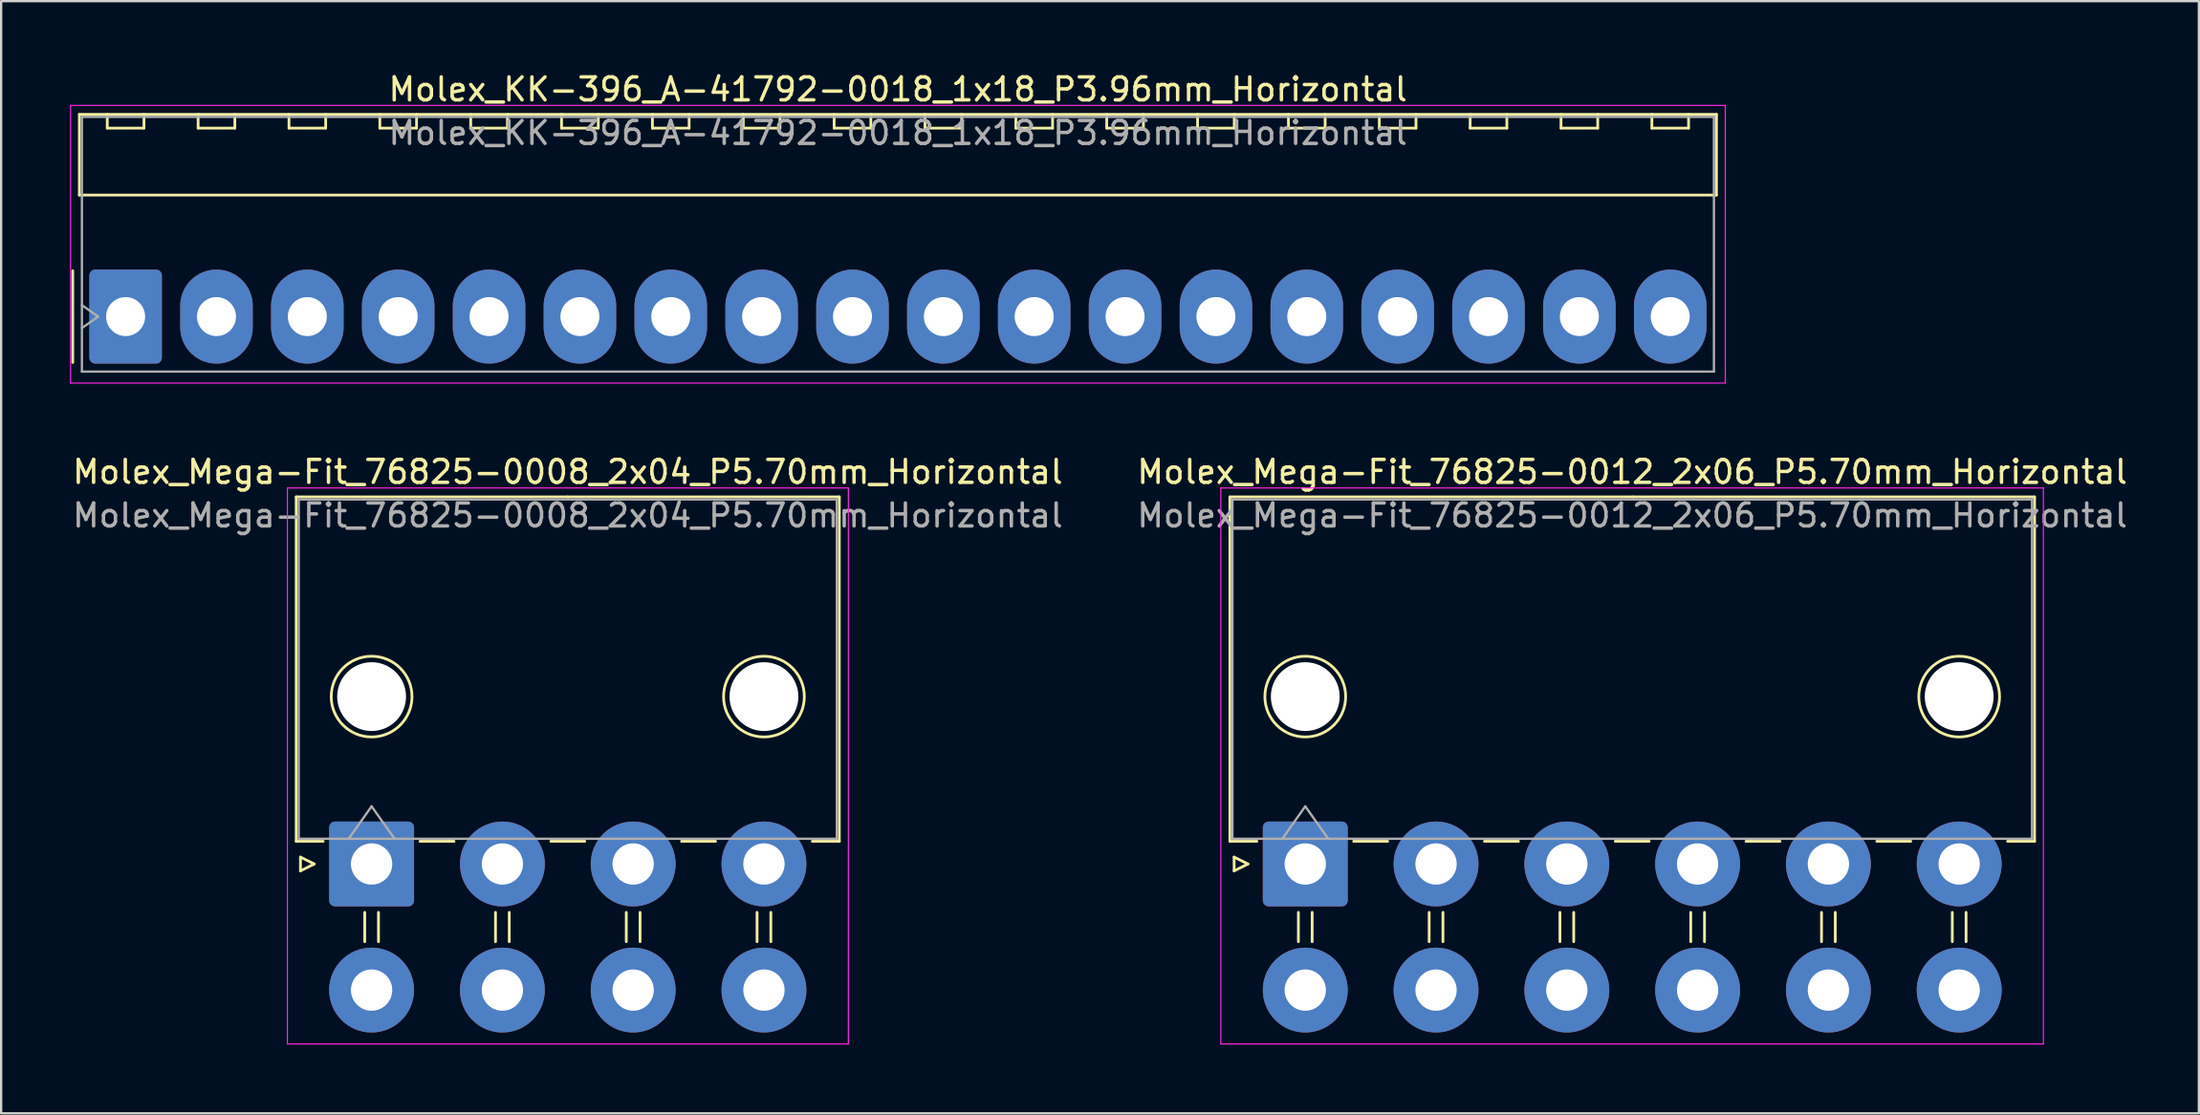
<source format=kicad_pcb>
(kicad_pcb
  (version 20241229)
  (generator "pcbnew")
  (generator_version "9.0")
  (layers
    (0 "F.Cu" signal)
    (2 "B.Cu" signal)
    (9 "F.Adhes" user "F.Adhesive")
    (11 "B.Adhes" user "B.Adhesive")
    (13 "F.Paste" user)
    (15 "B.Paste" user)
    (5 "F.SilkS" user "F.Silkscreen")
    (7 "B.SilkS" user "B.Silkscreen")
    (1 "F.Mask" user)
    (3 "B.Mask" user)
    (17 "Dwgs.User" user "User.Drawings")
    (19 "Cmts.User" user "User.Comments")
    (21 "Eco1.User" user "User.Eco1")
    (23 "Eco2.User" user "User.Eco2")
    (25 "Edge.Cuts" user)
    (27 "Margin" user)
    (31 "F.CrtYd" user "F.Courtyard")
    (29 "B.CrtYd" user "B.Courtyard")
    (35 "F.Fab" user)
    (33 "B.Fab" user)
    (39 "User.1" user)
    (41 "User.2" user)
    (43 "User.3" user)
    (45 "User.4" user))
  (footprint "Molex_Mega-Fit_76825-0012_2x06_P5.70mm_Horizontal"
    (layer "F.Cu")
    (at 53.839 34.632)
    (property "Reference" "Molex_Mega-Fit_76825-0012_2x06_P5.70mm_Horizontal" (at 14.25 -17.1 0) (layer "F.SilkS") (effects (font (size 1 1) (thickness 0.15))))
    (attr through_hole)
    (fp_line (start -3.285 -16.01) (end -3.285 -0.99) (stroke (width 0.12) (type solid)) (layer "F.SilkS"))
    (fp_line (start -3.285 -0.99) (end -2.11 -0.99) (stroke (width 0.12) (type solid)) (layer "F.SilkS"))
    (fp_line (start -3.1 -0.3) (end -2.5 0) (stroke (width 0.12) (type solid)) (layer "F.SilkS"))
    (fp_line (start -3.1 0.3) (end -3.1 -0.3) (stroke (width 0.12) (type solid)) (layer "F.SilkS"))
    (fp_line (start -2.5 0) (end -3.1 0.3) (stroke (width 0.12) (type solid)) (layer "F.SilkS"))
    (fp_line (start -0.3 2.11) (end -0.3 3.39) (stroke (width 0.12) (type solid)) (layer "F.SilkS"))
    (fp_line (start 0.3 2.11) (end 0.3 3.39) (stroke (width 0.12) (type solid)) (layer "F.SilkS"))
    (fp_line (start 2.11 -0.99) (end 3.59 -0.99) (stroke (width 0.12) (type solid)) (layer "F.SilkS"))
    (fp_line (start 5.4 2.11) (end 5.4 3.39) (stroke (width 0.12) (type solid)) (layer "F.SilkS"))
    (fp_line (start 6 2.11) (end 6 3.39) (stroke (width 0.12) (type solid)) (layer "F.SilkS"))
    (fp_line (start 7.81 -0.99) (end 9.29 -0.99) (stroke (width 0.12) (type solid)) (layer "F.SilkS"))
    (fp_line (start 11.1 2.11) (end 11.1 3.39) (stroke (width 0.12) (type solid)) (layer "F.SilkS"))
    (fp_line (start 11.7 2.11) (end 11.7 3.39) (stroke (width 0.12) (type solid)) (layer "F.SilkS"))
    (fp_line (start 13.51 -0.99) (end 14.99 -0.99) (stroke (width 0.12) (type solid)) (layer "F.SilkS"))
    (fp_line (start 14.25 -16.01) (end -3.285 -16.01) (stroke (width 0.12) (type solid)) (layer "F.SilkS"))
    (fp_line (start 14.25 -16.01) (end 31.785 -16.01) (stroke (width 0.12) (type solid)) (layer "F.SilkS"))
    (fp_line (start 16.8 2.11) (end 16.8 3.39) (stroke (width 0.12) (type solid)) (layer "F.SilkS"))
    (fp_line (start 17.4 2.11) (end 17.4 3.39) (stroke (width 0.12) (type solid)) (layer "F.SilkS"))
    (fp_line (start 19.21 -0.99) (end 20.69 -0.99) (stroke (width 0.12) (type solid)) (layer "F.SilkS"))
    (fp_line (start 22.5 2.11) (end 22.5 3.39) (stroke (width 0.12) (type solid)) (layer "F.SilkS"))
    (fp_line (start 23.1 2.11) (end 23.1 3.39) (stroke (width 0.12) (type solid)) (layer "F.SilkS"))
    (fp_line (start 24.91 -0.99) (end 26.39 -0.99) (stroke (width 0.12) (type solid)) (layer "F.SilkS"))
    (fp_line (start 28.2 2.11) (end 28.2 3.39) (stroke (width 0.12) (type solid)) (layer "F.SilkS"))
    (fp_line (start 28.8 2.11) (end 28.8 3.39) (stroke (width 0.12) (type solid)) (layer "F.SilkS"))
    (fp_line (start 31.785 -16.01) (end 31.785 -0.99) (stroke (width 0.12) (type solid)) (layer "F.SilkS"))
    (fp_line (start 31.785 -0.99) (end 30.61 -0.99) (stroke (width 0.12) (type solid)) (layer "F.SilkS"))
    (fp_circle (center 0 -7.3) (end 1.76 -7.3) (stroke (width 0.12) (type solid)) (fill no) (layer "F.SilkS"))
    (fp_circle (center 28.5 -7.3) (end 30.26 -7.3) (stroke (width 0.12) (type solid)) (fill no) (layer "F.SilkS"))
    (fp_line (start -3.68 -16.4) (end -3.68 7.85) (stroke (width 0.05) (type solid)) (layer "F.CrtYd"))
    (fp_line (start -3.68 7.85) (end 32.17 7.85) (stroke (width 0.05) (type solid)) (layer "F.CrtYd"))
    (fp_line (start 32.17 -16.4) (end -3.68 -16.4) (stroke (width 0.05) (type solid)) (layer "F.CrtYd"))
    (fp_line (start 32.17 7.85) (end 32.17 -16.4) (stroke (width 0.05) (type solid)) (layer "F.CrtYd"))
    (fp_line (start -3.175 -15.9) (end -3.175 -1.1) (stroke (width 0.1) (type solid)) (layer "F.Fab"))
    (fp_line (start -3.175 -1.1) (end 31.675 -1.1) (stroke (width 0.1) (type solid)) (layer "F.Fab"))
    (fp_line (start -1 -1.1) (end 0 -2.514) (stroke (width 0.1) (type solid)) (layer "F.Fab"))
    (fp_line (start 0 -2.514) (end 1 -1.1) (stroke (width 0.1) (type solid)) (layer "F.Fab"))
    (fp_line (start 31.675 -15.9) (end -3.175 -15.9) (stroke (width 0.1) (type solid)) (layer "F.Fab"))
    (fp_line (start 31.675 -1.1) (end 31.675 -15.9) (stroke (width 0.1) (type solid)) (layer "F.Fab"))
    (fp_text user "${REFERENCE}" (at 14.25 -15.2 0) (layer "F.Fab") (effects (font (size 1 1) (thickness 0.15))))
    (pad "" np_thru_hole circle (at 0 -7.3) (size 3 3) (drill 3) (layers "*.Cu" "*.Mask"))
    (pad "" np_thru_hole circle (at 28.5 -7.3) (size 3 3) (drill 3) (layers "*.Cu" "*.Mask"))
    (pad "1" thru_hole roundrect (at 0 0) (size 3.7 3.7) (drill 1.8) (layers "*.Cu" "*.Mask") (roundrect_rratio 0.068))
    (pad "2" thru_hole circle (at 5.7 0) (size 3.7 3.7) (drill 1.8) (layers "*.Cu" "*.Mask"))
    (pad "3" thru_hole circle (at 11.4 0) (size 3.7 3.7) (drill 1.8) (layers "*.Cu" "*.Mask"))
    (pad "4" thru_hole circle (at 17.1 0) (size 3.7 3.7) (drill 1.8) (layers "*.Cu" "*.Mask"))
    (pad "5" thru_hole circle (at 22.8 0) (size 3.7 3.7) (drill 1.8) (layers "*.Cu" "*.Mask"))
    (pad "6" thru_hole circle (at 28.5 0) (size 3.7 3.7) (drill 1.8) (layers "*.Cu" "*.Mask"))
    (pad "7" thru_hole circle (at 0 5.5) (size 3.7 3.7) (drill 1.8) (layers "*.Cu" "*.Mask"))
    (pad "8" thru_hole circle (at 5.7 5.5) (size 3.7 3.7) (drill 1.8) (layers "*.Cu" "*.Mask"))
    (pad "9" thru_hole circle (at 11.4 5.5) (size 3.7 3.7) (drill 1.8) (layers "*.Cu" "*.Mask"))
    (pad "10" thru_hole circle (at 17.1 5.5) (size 3.7 3.7) (drill 1.8) (layers "*.Cu" "*.Mask"))
    (pad "11" thru_hole circle (at 22.8 5.5) (size 3.7 3.7) (drill 1.8) (layers "*.Cu" "*.Mask"))
    (pad "12" thru_hole circle (at 28.5 5.5) (size 3.7 3.7) (drill 1.8) (layers "*.Cu" "*.Mask")))
  (footprint "Molex_KK-396_A-41792-0018_1x18_P3.96mm_Horizontal"
    (layer "F.Cu")
    (at 2.425 10.758)
    (property "Reference" "Molex_KK-396_A-41792-0018_1x18_P3.96mm_Horizontal" (at 33.66 -9.91 0) (layer "F.SilkS") (effects (font (size 1 1) (thickness 0.15))))
    (attr through_hole)
    (fp_line (start -2.305 -2) (end -2.305 2) (stroke (width 0.12) (type solid)) (layer "F.SilkS"))
    (fp_line (start -2.015 -8.82) (end 69.335 -8.82) (stroke (width 0.12) (type solid)) (layer "F.SilkS"))
    (fp_line (start -2.015 -5.3) (end -2.015 -8.82) (stroke (width 0.12) (type solid)) (layer "F.SilkS"))
    (fp_line (start -0.8 -8.82) (end -0.8 -8.22) (stroke (width 0.12) (type solid)) (layer "F.SilkS"))
    (fp_line (start -0.8 -8.22) (end 0.8 -8.22) (stroke (width 0.12) (type solid)) (layer "F.SilkS"))
    (fp_line (start 0.8 -8.22) (end 0.8 -8.82) (stroke (width 0.12) (type solid)) (layer "F.SilkS"))
    (fp_line (start 3.16 -8.82) (end 3.16 -8.22) (stroke (width 0.12) (type solid)) (layer "F.SilkS"))
    (fp_line (start 3.16 -8.22) (end 4.76 -8.22) (stroke (width 0.12) (type solid)) (layer "F.SilkS"))
    (fp_line (start 4.76 -8.22) (end 4.76 -8.82) (stroke (width 0.12) (type solid)) (layer "F.SilkS"))
    (fp_line (start 7.12 -8.82) (end 7.12 -8.22) (stroke (width 0.12) (type solid)) (layer "F.SilkS"))
    (fp_line (start 7.12 -8.22) (end 8.72 -8.22) (stroke (width 0.12) (type solid)) (layer "F.SilkS"))
    (fp_line (start 8.72 -8.22) (end 8.72 -8.82) (stroke (width 0.12) (type solid)) (layer "F.SilkS"))
    (fp_line (start 11.08 -8.82) (end 11.08 -8.22) (stroke (width 0.12) (type solid)) (layer "F.SilkS"))
    (fp_line (start 11.08 -8.22) (end 12.68 -8.22) (stroke (width 0.12) (type solid)) (layer "F.SilkS"))
    (fp_line (start 12.68 -8.22) (end 12.68 -8.82) (stroke (width 0.12) (type solid)) (layer "F.SilkS"))
    (fp_line (start 15.04 -8.82) (end 15.04 -8.22) (stroke (width 0.12) (type solid)) (layer "F.SilkS"))
    (fp_line (start 15.04 -8.22) (end 16.64 -8.22) (stroke (width 0.12) (type solid)) (layer "F.SilkS"))
    (fp_line (start 16.64 -8.22) (end 16.64 -8.82) (stroke (width 0.12) (type solid)) (layer "F.SilkS"))
    (fp_line (start 19 -8.82) (end 19 -8.22) (stroke (width 0.12) (type solid)) (layer "F.SilkS"))
    (fp_line (start 19 -8.22) (end 20.6 -8.22) (stroke (width 0.12) (type solid)) (layer "F.SilkS"))
    (fp_line (start 20.6 -8.22) (end 20.6 -8.82) (stroke (width 0.12) (type solid)) (layer "F.SilkS"))
    (fp_line (start 22.96 -8.82) (end 22.96 -8.22) (stroke (width 0.12) (type solid)) (layer "F.SilkS"))
    (fp_line (start 22.96 -8.22) (end 24.56 -8.22) (stroke (width 0.12) (type solid)) (layer "F.SilkS"))
    (fp_line (start 24.56 -8.22) (end 24.56 -8.82) (stroke (width 0.12) (type solid)) (layer "F.SilkS"))
    (fp_line (start 26.92 -8.82) (end 26.92 -8.22) (stroke (width 0.12) (type solid)) (layer "F.SilkS"))
    (fp_line (start 26.92 -8.22) (end 28.52 -8.22) (stroke (width 0.12) (type solid)) (layer "F.SilkS"))
    (fp_line (start 28.52 -8.22) (end 28.52 -8.82) (stroke (width 0.12) (type solid)) (layer "F.SilkS"))
    (fp_line (start 30.88 -8.82) (end 30.88 -8.22) (stroke (width 0.12) (type solid)) (layer "F.SilkS"))
    (fp_line (start 30.88 -8.22) (end 32.48 -8.22) (stroke (width 0.12) (type solid)) (layer "F.SilkS"))
    (fp_line (start 32.48 -8.22) (end 32.48 -8.82) (stroke (width 0.12) (type solid)) (layer "F.SilkS"))
    (fp_line (start 34.84 -8.82) (end 34.84 -8.22) (stroke (width 0.12) (type solid)) (layer "F.SilkS"))
    (fp_line (start 34.84 -8.22) (end 36.44 -8.22) (stroke (width 0.12) (type solid)) (layer "F.SilkS"))
    (fp_line (start 36.44 -8.22) (end 36.44 -8.82) (stroke (width 0.12) (type solid)) (layer "F.SilkS"))
    (fp_line (start 38.8 -8.82) (end 38.8 -8.22) (stroke (width 0.12) (type solid)) (layer "F.SilkS"))
    (fp_line (start 38.8 -8.22) (end 40.4 -8.22) (stroke (width 0.12) (type solid)) (layer "F.SilkS"))
    (fp_line (start 40.4 -8.22) (end 40.4 -8.82) (stroke (width 0.12) (type solid)) (layer "F.SilkS"))
    (fp_line (start 42.76 -8.82) (end 42.76 -8.22) (stroke (width 0.12) (type solid)) (layer "F.SilkS"))
    (fp_line (start 42.76 -8.22) (end 44.36 -8.22) (stroke (width 0.12) (type solid)) (layer "F.SilkS"))
    (fp_line (start 44.36 -8.22) (end 44.36 -8.82) (stroke (width 0.12) (type solid)) (layer "F.SilkS"))
    (fp_line (start 46.72 -8.82) (end 46.72 -8.22) (stroke (width 0.12) (type solid)) (layer "F.SilkS"))
    (fp_line (start 46.72 -8.22) (end 48.32 -8.22) (stroke (width 0.12) (type solid)) (layer "F.SilkS"))
    (fp_line (start 48.32 -8.22) (end 48.32 -8.82) (stroke (width 0.12) (type solid)) (layer "F.SilkS"))
    (fp_line (start 50.68 -8.82) (end 50.68 -8.22) (stroke (width 0.12) (type solid)) (layer "F.SilkS"))
    (fp_line (start 50.68 -8.22) (end 52.28 -8.22) (stroke (width 0.12) (type solid)) (layer "F.SilkS"))
    (fp_line (start 52.28 -8.22) (end 52.28 -8.82) (stroke (width 0.12) (type solid)) (layer "F.SilkS"))
    (fp_line (start 54.64 -8.82) (end 54.64 -8.22) (stroke (width 0.12) (type solid)) (layer "F.SilkS"))
    (fp_line (start 54.64 -8.22) (end 56.24 -8.22) (stroke (width 0.12) (type solid)) (layer "F.SilkS"))
    (fp_line (start 56.24 -8.22) (end 56.24 -8.82) (stroke (width 0.12) (type solid)) (layer "F.SilkS"))
    (fp_line (start 58.6 -8.82) (end 58.6 -8.22) (stroke (width 0.12) (type solid)) (layer "F.SilkS"))
    (fp_line (start 58.6 -8.22) (end 60.2 -8.22) (stroke (width 0.12) (type solid)) (layer "F.SilkS"))
    (fp_line (start 60.2 -8.22) (end 60.2 -8.82) (stroke (width 0.12) (type solid)) (layer "F.SilkS"))
    (fp_line (start 62.56 -8.82) (end 62.56 -8.22) (stroke (width 0.12) (type solid)) (layer "F.SilkS"))
    (fp_line (start 62.56 -8.22) (end 64.16 -8.22) (stroke (width 0.12) (type solid)) (layer "F.SilkS"))
    (fp_line (start 64.16 -8.22) (end 64.16 -8.82) (stroke (width 0.12) (type solid)) (layer "F.SilkS"))
    (fp_line (start 66.52 -8.82) (end 66.52 -8.22) (stroke (width 0.12) (type solid)) (layer "F.SilkS"))
    (fp_line (start 66.52 -8.22) (end 68.12 -8.22) (stroke (width 0.12) (type solid)) (layer "F.SilkS"))
    (fp_line (start 68.12 -8.22) (end 68.12 -8.82) (stroke (width 0.12) (type solid)) (layer "F.SilkS"))
    (fp_line (start 69.335 -8.82) (end 69.335 -5.3) (stroke (width 0.12) (type solid)) (layer "F.SilkS"))
    (fp_line (start 69.335 -5.3) (end -2.015 -5.3) (stroke (width 0.12) (type solid)) (layer "F.SilkS"))
    (fp_line (start -2.4 -9.21) (end -2.4 2.9) (stroke (width 0.05) (type solid)) (layer "F.CrtYd"))
    (fp_line (start -2.4 2.9) (end 69.72 2.9) (stroke (width 0.05) (type solid)) (layer "F.CrtYd"))
    (fp_line (start 69.72 -9.21) (end -2.4 -9.21) (stroke (width 0.05) (type solid)) (layer "F.CrtYd"))
    (fp_line (start 69.72 2.9) (end 69.72 -9.21) (stroke (width 0.05) (type solid)) (layer "F.CrtYd"))
    (fp_line (start -1.905 -8.71) (end 69.225 -8.71) (stroke (width 0.1) (type solid)) (layer "F.Fab"))
    (fp_line (start -1.905 -0.5) (end -1.198 0) (stroke (width 0.1) (type solid)) (layer "F.Fab"))
    (fp_line (start -1.905 2.4) (end -1.905 -8.71) (stroke (width 0.1) (type solid)) (layer "F.Fab"))
    (fp_line (start -1.198 0) (end -1.905 0.5) (stroke (width 0.1) (type solid)) (layer "F.Fab"))
    (fp_line (start 69.225 -8.71) (end 69.225 2.4) (stroke (width 0.1) (type solid)) (layer "F.Fab"))
    (fp_line (start 69.225 2.4) (end -1.905 2.4) (stroke (width 0.1) (type solid)) (layer "F.Fab"))
    (fp_text user "${REFERENCE}" (at 33.66 -8.01 0) (layer "F.Fab") (effects (font (size 1 1) (thickness 0.15))))
    (pad "1" thru_hole roundrect (at 0 0) (size 3.16 4.1) (drill 1.7) (layers "*.Cu" "*.Mask") (roundrect_rratio 0.079))
    (pad "2" thru_hole oval (at 3.96 0) (size 3.16 4.1) (drill 1.7) (layers "*.Cu" "*.Mask"))
    (pad "3" thru_hole oval (at 7.92 0) (size 3.16 4.1) (drill 1.7) (layers "*.Cu" "*.Mask"))
    (pad "4" thru_hole oval (at 11.88 0) (size 3.16 4.1) (drill 1.7) (layers "*.Cu" "*.Mask"))
    (pad "5" thru_hole oval (at 15.84 0) (size 3.16 4.1) (drill 1.7) (layers "*.Cu" "*.Mask"))
    (pad "6" thru_hole oval (at 19.8 0) (size 3.16 4.1) (drill 1.7) (layers "*.Cu" "*.Mask"))
    (pad "7" thru_hole oval (at 23.76 0) (size 3.16 4.1) (drill 1.7) (layers "*.Cu" "*.Mask"))
    (pad "8" thru_hole oval (at 27.72 0) (size 3.16 4.1) (drill 1.7) (layers "*.Cu" "*.Mask"))
    (pad "9" thru_hole oval (at 31.68 0) (size 3.16 4.1) (drill 1.7) (layers "*.Cu" "*.Mask"))
    (pad "10" thru_hole oval (at 35.64 0) (size 3.16 4.1) (drill 1.7) (layers "*.Cu" "*.Mask"))
    (pad "11" thru_hole oval (at 39.6 0) (size 3.16 4.1) (drill 1.7) (layers "*.Cu" "*.Mask"))
    (pad "12" thru_hole oval (at 43.56 0) (size 3.16 4.1) (drill 1.7) (layers "*.Cu" "*.Mask"))
    (pad "13" thru_hole oval (at 47.52 0) (size 3.16 4.1) (drill 1.7) (layers "*.Cu" "*.Mask"))
    (pad "14" thru_hole oval (at 51.48 0) (size 3.16 4.1) (drill 1.7) (layers "*.Cu" "*.Mask"))
    (pad "15" thru_hole oval (at 55.44 0) (size 3.16 4.1) (drill 1.7) (layers "*.Cu" "*.Mask"))
    (pad "16" thru_hole oval (at 59.4 0) (size 3.16 4.1) (drill 1.7) (layers "*.Cu" "*.Mask"))
    (pad "17" thru_hole oval (at 63.36 0) (size 3.16 4.1) (drill 1.7) (layers "*.Cu" "*.Mask"))
    (pad "18" thru_hole oval (at 67.32 0) (size 3.16 4.1) (drill 1.7) (layers "*.Cu" "*.Mask")))
  (footprint "Molex_Mega-Fit_76825-0008_2x04_P5.70mm_Horizontal"
    (layer "F.Cu")
    (at 13.146 34.632)
    (property "Reference" "Molex_Mega-Fit_76825-0008_2x04_P5.70mm_Horizontal" (at 8.55 -17.1 0) (layer "F.SilkS") (effects (font (size 1 1) (thickness 0.15))))
    (attr through_hole)
    (fp_line (start -3.285 -16.01) (end -3.285 -0.99) (stroke (width 0.12) (type solid)) (layer "F.SilkS"))
    (fp_line (start -3.285 -0.99) (end -2.11 -0.99) (stroke (width 0.12) (type solid)) (layer "F.SilkS"))
    (fp_line (start -3.1 -0.3) (end -2.5 0) (stroke (width 0.12) (type solid)) (layer "F.SilkS"))
    (fp_line (start -3.1 0.3) (end -3.1 -0.3) (stroke (width 0.12) (type solid)) (layer "F.SilkS"))
    (fp_line (start -2.5 0) (end -3.1 0.3) (stroke (width 0.12) (type solid)) (layer "F.SilkS"))
    (fp_line (start -0.3 2.11) (end -0.3 3.39) (stroke (width 0.12) (type solid)) (layer "F.SilkS"))
    (fp_line (start 0.3 2.11) (end 0.3 3.39) (stroke (width 0.12) (type solid)) (layer "F.SilkS"))
    (fp_line (start 2.11 -0.99) (end 3.59 -0.99) (stroke (width 0.12) (type solid)) (layer "F.SilkS"))
    (fp_line (start 5.4 2.11) (end 5.4 3.39) (stroke (width 0.12) (type solid)) (layer "F.SilkS"))
    (fp_line (start 6 2.11) (end 6 3.39) (stroke (width 0.12) (type solid)) (layer "F.SilkS"))
    (fp_line (start 7.81 -0.99) (end 9.29 -0.99) (stroke (width 0.12) (type solid)) (layer "F.SilkS"))
    (fp_line (start 8.55 -16.01) (end -3.285 -16.01) (stroke (width 0.12) (type solid)) (layer "F.SilkS"))
    (fp_line (start 8.55 -16.01) (end 20.385 -16.01) (stroke (width 0.12) (type solid)) (layer "F.SilkS"))
    (fp_line (start 11.1 2.11) (end 11.1 3.39) (stroke (width 0.12) (type solid)) (layer "F.SilkS"))
    (fp_line (start 11.7 2.11) (end 11.7 3.39) (stroke (width 0.12) (type solid)) (layer "F.SilkS"))
    (fp_line (start 13.51 -0.99) (end 14.99 -0.99) (stroke (width 0.12) (type solid)) (layer "F.SilkS"))
    (fp_line (start 16.8 2.11) (end 16.8 3.39) (stroke (width 0.12) (type solid)) (layer "F.SilkS"))
    (fp_line (start 17.4 2.11) (end 17.4 3.39) (stroke (width 0.12) (type solid)) (layer "F.SilkS"))
    (fp_line (start 20.385 -16.01) (end 20.385 -0.99) (stroke (width 0.12) (type solid)) (layer "F.SilkS"))
    (fp_line (start 20.385 -0.99) (end 19.21 -0.99) (stroke (width 0.12) (type solid)) (layer "F.SilkS"))
    (fp_circle (center 0 -7.3) (end 1.76 -7.3) (stroke (width 0.12) (type solid)) (fill no) (layer "F.SilkS"))
    (fp_circle (center 17.1 -7.3) (end 18.86 -7.3) (stroke (width 0.12) (type solid)) (fill no) (layer "F.SilkS"))
    (fp_line (start -3.67 -16.4) (end -3.67 7.85) (stroke (width 0.05) (type solid)) (layer "F.CrtYd"))
    (fp_line (start -3.67 7.85) (end 20.78 7.85) (stroke (width 0.05) (type solid)) (layer "F.CrtYd"))
    (fp_line (start 20.78 -16.4) (end -3.67 -16.4) (stroke (width 0.05) (type solid)) (layer "F.CrtYd"))
    (fp_line (start 20.78 7.85) (end 20.78 -16.4) (stroke (width 0.05) (type solid)) (layer "F.CrtYd"))
    (fp_line (start -3.175 -15.9) (end -3.175 -1.1) (stroke (width 0.1) (type solid)) (layer "F.Fab"))
    (fp_line (start -3.175 -1.1) (end 20.275 -1.1) (stroke (width 0.1) (type solid)) (layer "F.Fab"))
    (fp_line (start -1 -1.1) (end 0 -2.514) (stroke (width 0.1) (type solid)) (layer "F.Fab"))
    (fp_line (start 0 -2.514) (end 1 -1.1) (stroke (width 0.1) (type solid)) (layer "F.Fab"))
    (fp_line (start 20.275 -15.9) (end -3.175 -15.9) (stroke (width 0.1) (type solid)) (layer "F.Fab"))
    (fp_line (start 20.275 -1.1) (end 20.275 -15.9) (stroke (width 0.1) (type solid)) (layer "F.Fab"))
    (fp_text user "${REFERENCE}" (at 8.55 -15.2 0) (layer "F.Fab") (effects (font (size 1 1) (thickness 0.15))))
    (pad "" np_thru_hole circle (at 0 -7.3) (size 3 3) (drill 3) (layers "*.Cu" "*.Mask"))
    (pad "" np_thru_hole circle (at 17.1 -7.3) (size 3 3) (drill 3) (layers "*.Cu" "*.Mask"))
    (pad "1" thru_hole roundrect (at 0 0) (size 3.7 3.7) (drill 1.8) (layers "*.Cu" "*.Mask") (roundrect_rratio 0.068))
    (pad "2" thru_hole circle (at 5.7 0) (size 3.7 3.7) (drill 1.8) (layers "*.Cu" "*.Mask"))
    (pad "3" thru_hole circle (at 11.4 0) (size 3.7 3.7) (drill 1.8) (layers "*.Cu" "*.Mask"))
    (pad "4" thru_hole circle (at 17.1 0) (size 3.7 3.7) (drill 1.8) (layers "*.Cu" "*.Mask"))
    (pad "5" thru_hole circle (at 0 5.5) (size 3.7 3.7) (drill 1.8) (layers "*.Cu" "*.Mask"))
    (pad "6" thru_hole circle (at 5.7 5.5) (size 3.7 3.7) (drill 1.8) (layers "*.Cu" "*.Mask"))
    (pad "7" thru_hole circle (at 11.4 5.5) (size 3.7 3.7) (drill 1.8) (layers "*.Cu" "*.Mask"))
    (pad "8" thru_hole circle (at 17.1 5.5) (size 3.7 3.7) (drill 1.8) (layers "*.Cu" "*.Mask")))
  (gr_rect
    (start -3 -3)
    (end 92.786 45.507)
    (stroke (width 0.1) (type default))
    (fill no)
    (layer "Edge.Cuts")))
</source>
